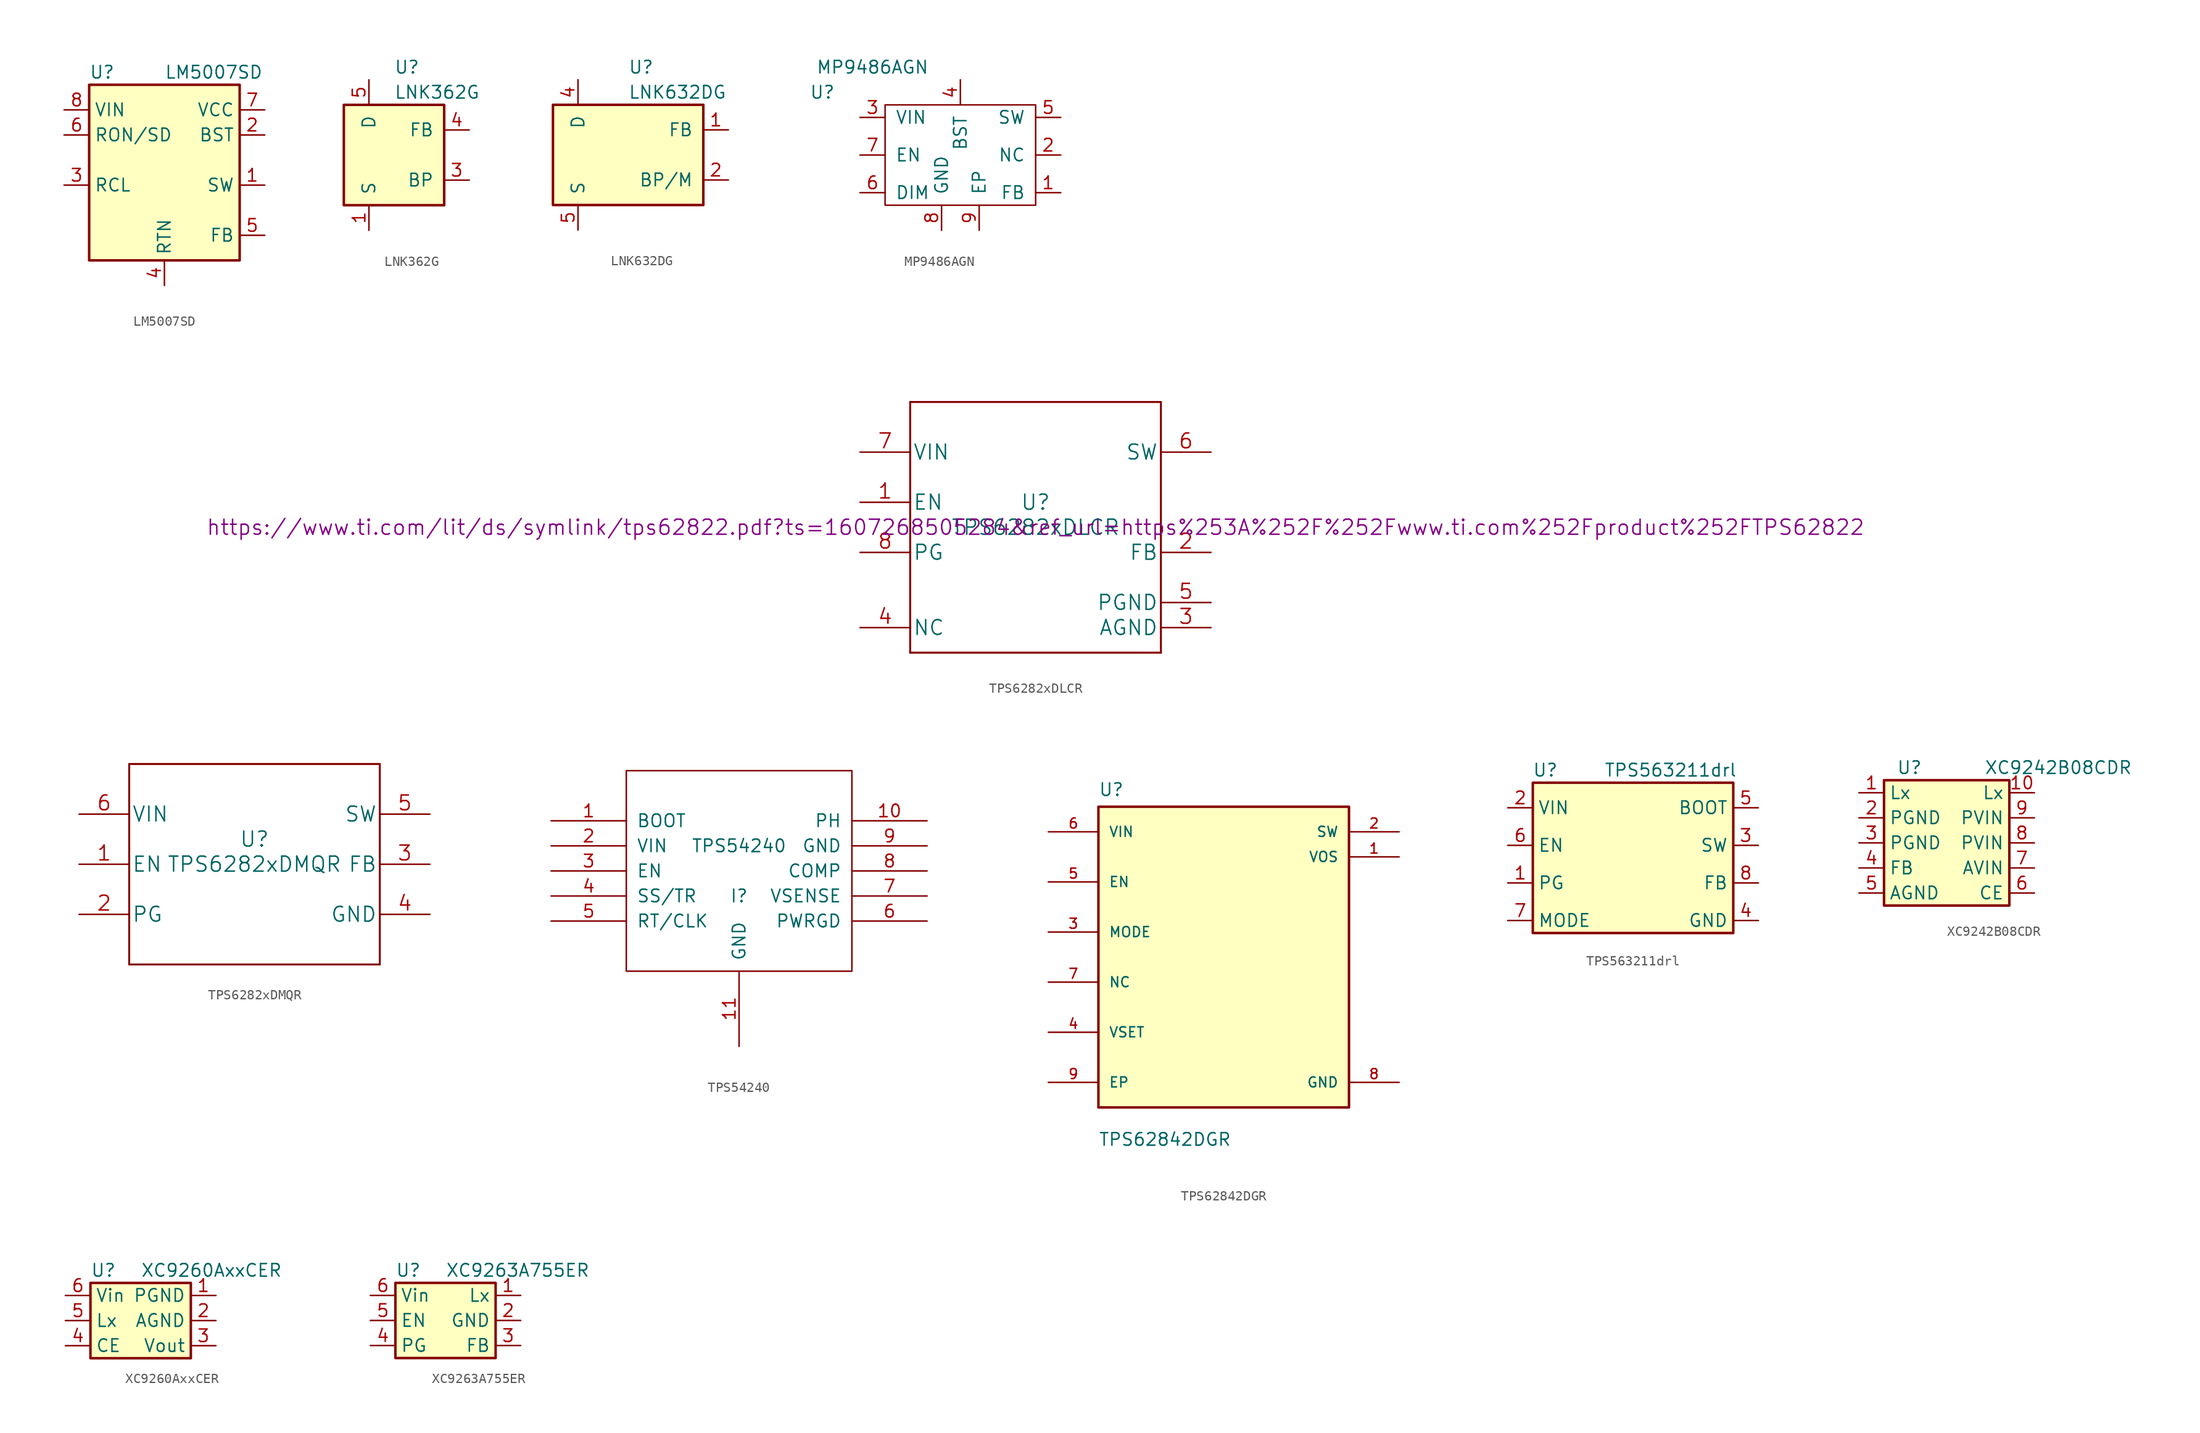
<source format=kicad_sym>
(kicad_symbol_lib
  (version 20211014)
  (generator kicad_symbol_editor)
  (symbol "LM5007SD"
    (property "Reference" "U"
      (at -7.62 8.89 0)
      (effects (font (size 1.27 1.27)) (justify left)))
    (property "Value" "LM5007SD"
      (at 0 8.89 0)
      (effects (font (size 1.27 1.27)) (justify left)))
    (symbol "LM5007SD_0_1"
      (rectangle (start -7.62 7.62) (end 7.62 -10.16) (stroke (width 0.254) (type default) (color 0 0 0 0)) (fill (type background))))
    (symbol "LM5007SD_1_1"
      (pin output line (at 10.16 -2.54 180) (length 2.54) (name "SW" (effects (font (size 1.27 1.27)))) (number "1" (effects (font (size 1.27 1.27)))))
      (pin input line (at 10.16 2.54 180) (length 2.54) (name "BST" (effects (font (size 1.27 1.27)))) (number "2" (effects (font (size 1.27 1.27)))))
      (pin input line (at -10.16 -2.54 0) (length 2.54) (name "RCL" (effects (font (size 1.27 1.27)))) (number "3" (effects (font (size 1.27 1.27)))))
      (pin power_in line (at 0 -12.7 90) (length 2.54) (name "RTN" (effects (font (size 1.27 1.27)))) (number "4" (effects (font (size 1.27 1.27)))))
      (pin input line (at 10.16 -7.62 180) (length 2.54) (name "FB" (effects (font (size 1.27 1.27)))) (number "5" (effects (font (size 1.27 1.27)))))
      (pin input line (at -10.16 2.54 0) (length 2.54) (name "RON/SD" (effects (font (size 1.27 1.27)))) (number "6" (effects (font (size 1.27 1.27)))))
      (pin output line (at 10.16 5.08 180) (length 2.54) (name "VCC" (effects (font (size 1.27 1.27)))) (number "7" (effects (font (size 1.27 1.27)))))
      (pin power_in line (at -10.16 5.08 0) (length 2.54) (name "VIN" (effects (font (size 1.27 1.27)))) (number "8" (effects (font (size 1.27 1.27)))))
      (pin passive line (at -2.54 -12.7 90) (length 2.54) hide (name "PAD" (effects (font (size 1.27 1.27)))) (number "9" (effects (font (size 1.27 1.27)))))))
  (symbol "LNK362G"
    (pin_names
      (offset 1.016))
    (property "Reference" "U"
      (at 0 8.89 0)
      (effects (font (size 1.27 1.27)) (justify left)))
    (property "Value" "LNK362G"
      (at 0 6.35 0)
      (effects (font (size 1.27 1.27)) (justify left)))
    (symbol "LNK362G_0_1"
      (rectangle (start -5.08 5.08) (end 5.08 -5.08) (stroke (width 0.254) (type default) (color 0 0 0 0)) (fill (type background))))
    (symbol "LNK362G_1_1"
      (pin open_emitter line (at -2.54 -7.62 90) (length 2.54) (name "S" (effects (font (size 1.27 1.27)))) (number "1" (effects (font (size 1.27 1.27)))))
      (pin open_emitter line (at -2.54 -7.62 90) (length 2.54) hide (name "S" (effects (font (size 1.27 1.27)))) (number "2" (effects (font (size 1.27 1.27)))))
      (pin input line (at 7.62 -2.54 180) (length 2.54) (name "BP" (effects (font (size 1.27 1.27)))) (number "3" (effects (font (size 1.27 1.27)))))
      (pin input line (at 7.62 2.54 180) (length 2.54) (name "FB" (effects (font (size 1.27 1.27)))) (number "4" (effects (font (size 1.27 1.27)))))
      (pin open_collector line (at -2.54 7.62 270) (length 2.54) (name "D" (effects (font (size 1.27 1.27)))) (number "5" (effects (font (size 1.27 1.27)))))
      (pin open_emitter line (at -2.54 -7.62 90) (length 2.54) hide (name "S" (effects (font (size 1.27 1.27)))) (number "7" (effects (font (size 1.27 1.27)))))
      (pin open_emitter line (at -2.54 -7.62 90) (length 2.54) hide (name "S" (effects (font (size 1.27 1.27)))) (number "8" (effects (font (size 1.27 1.27)))))))
  (symbol "LNK632DG"
    (pin_names
      (offset 1.016))
    (property "Reference" "U"
      (at 0 8.89 0)
      (effects (font (size 1.27 1.27)) (justify left)))
    (property "Value" "LNK632DG"
      (at 0 6.35 0)
      (effects (font (size 1.27 1.27)) (justify left)))
    (symbol "LNK632DG_0_1"
      (rectangle (start -7.62 5.08) (end 7.62 -5.08) (stroke (width 0.254) (type default) (color 0 0 0 0)) (fill (type background))))
    (symbol "LNK632DG_1_1"
      (pin input line (at 10.16 2.54 180) (length 2.54) (name "FB" (effects (font (size 1.27 1.27)))) (number "1" (effects (font (size 1.27 1.27)))))
      (pin input line (at 10.16 -2.54 180) (length 2.54) (name "BP/M" (effects (font (size 1.27 1.27)))) (number "2" (effects (font (size 1.27 1.27)))))
      (pin open_collector line (at -5.08 7.62 270) (length 2.54) (name "D" (effects (font (size 1.27 1.27)))) (number "4" (effects (font (size 1.27 1.27)))))
      (pin open_emitter line (at -5.08 -7.62 90) (length 2.54) (name "S" (effects (font (size 1.27 1.27)))) (number "5" (effects (font (size 1.27 1.27)))))
      (pin open_emitter line (at -5.08 -7.62 90) (length 2.54) hide (name "S" (effects (font (size 1.27 1.27)))) (number "6" (effects (font (size 1.27 1.27)))))
      (pin open_emitter line (at -5.08 -7.62 90) (length 2.54) hide (name "S" (effects (font (size 1.27 1.27)))) (number "7" (effects (font (size 1.27 1.27)))))
      (pin open_emitter line (at -5.08 -7.62 90) (length 2.54) hide (name "S" (effects (font (size 1.27 1.27)))) (number "8" (effects (font (size 1.27 1.27)))))))
  (symbol "MP9486AGN"
    (pin_names
      (offset 1.016))
    (property "Reference" "U"
      (at -13.97 6.35 0)
      (effects (font (size 1.27 1.27))))
    (property "Value" "MP9486AGN"
      (at -8.89 8.89 0)
      (effects (font (size 1.27 1.27))))
    (symbol "MP9486AGN_0_1"
      (rectangle (start -7.62 5.08) (end 7.62 -5.08) (stroke (width 0) (type default) (color 0 0 0 0)) (fill (type none))))
    (symbol "MP9486AGN_1_1"
      (pin input line (at 10.16 -3.81 180) (length 2.54) (name "FB" (effects (font (size 1.27 1.27)))) (number "1" (effects (font (size 1.27 1.27)))))
      (pin input line (at 10.16 0 180) (length 2.54) (name "NC" (effects (font (size 1.27 1.27)))) (number "2" (effects (font (size 1.27 1.27)))))
      (pin input line (at -10.16 3.81 0) (length 2.54) (name "VIN" (effects (font (size 1.27 1.27)))) (number "3" (effects (font (size 1.27 1.27)))))
      (pin input line (at 0 7.62 270) (length 2.54) (name "BST" (effects (font (size 1.27 1.27)))) (number "4" (effects (font (size 1.27 1.27)))))
      (pin input line (at 10.16 3.81 180) (length 2.54) (name "SW" (effects (font (size 1.27 1.27)))) (number "5" (effects (font (size 1.27 1.27)))))
      (pin input line (at -10.16 -3.81 0) (length 2.54) (name "DIM" (effects (font (size 1.27 1.27)))) (number "6" (effects (font (size 1.27 1.27)))))
      (pin input line (at -10.16 0 0) (length 2.54) (name "EN" (effects (font (size 1.27 1.27)))) (number "7" (effects (font (size 1.27 1.27)))))
      (pin input line (at -1.905 -7.62 90) (length 2.54) (name "GND" (effects (font (size 1.27 1.27)))) (number "8" (effects (font (size 1.27 1.27)))))
      (pin input line (at 1.905 -7.62 90) (length 2.54) (name "EP" (effects (font (size 1.27 1.27)))) (number "9" (effects (font (size 1.27 1.27)))))))
  (symbol "TPS6282xDLCR"
    (pin_names
      (offset 0.254))
    (property "Reference" "U"
      (at 0 2.54 0)
      (effects (font (size 1.524 1.524))))
    (property "Value" "TPS6282xDLCR"
      (at 0 0 0)
      (effects (font (size 1.524 1.524))))
    (property "Datasheet" "https://www.ti.com/lit/ds/symlink/tps62822.pdf?ts=1607268505284&ref_url=https%253A%252F%252Fwww.ti.com%252Fproduct%252FTPS62822"
      (at 0 0 0)
      (effects (font (size 1.524 1.524))))
    (symbol "TPS6282xDLCR_1_1"
      (polyline (pts (xy -12.7 -12.7) (xy 12.7 -12.7)) (stroke (width 0.203) (type default) (color 0 0 0 0)) (fill (type none)))
      (polyline (pts (xy -12.7 12.7) (xy -12.7 -12.7)) (stroke (width 0.203) (type default) (color 0 0 0 0)) (fill (type none)))
      (polyline (pts (xy 12.7 -12.7) (xy 12.7 12.7)) (stroke (width 0.203) (type default) (color 0 0 0 0)) (fill (type none)))
      (polyline (pts (xy 12.7 12.7) (xy -12.7 12.7)) (stroke (width 0.203) (type default) (color 0 0 0 0)) (fill (type none)))
      (pin input line (at -17.78 2.54 0) (length 5.08) (name "EN" (effects (font (size 1.499 1.499)))) (number "1" (effects (font (size 1.499 1.499)))))
      (pin input line (at 17.78 -2.54 180) (length 5.08) (name "FB" (effects (font (size 1.499 1.499)))) (number "2" (effects (font (size 1.499 1.499)))))
      (pin power_in line (at 17.78 -10.16 180) (length 5.08) (name "AGND" (effects (font (size 1.499 1.499)))) (number "3" (effects (font (size 1.499 1.499)))))
      (pin unspecified line (at -17.78 -10.16 0) (length 5.08) (name "NC" (effects (font (size 1.499 1.499)))) (number "4" (effects (font (size 1.499 1.499)))))
      (pin power_in line (at 17.78 -7.62 180) (length 5.08) (name "PGND" (effects (font (size 1.499 1.499)))) (number "5" (effects (font (size 1.499 1.499)))))
      (pin power_in line (at 17.78 7.62 180) (length 5.08) (name "SW" (effects (font (size 1.499 1.499)))) (number "6" (effects (font (size 1.499 1.499)))))
      (pin power_in line (at -17.78 7.62 0) (length 5.08) (name "VIN" (effects (font (size 1.499 1.499)))) (number "7" (effects (font (size 1.499 1.499)))))
      (pin output line (at -17.78 -2.54 0) (length 5.08) (name "PG" (effects (font (size 1.499 1.499)))) (number "8" (effects (font (size 1.499 1.499)))))))
  (symbol "TPS6282xDMQR"
    (pin_names
      (offset 0.254))
    (property "Reference" "U"
      (at 0 2.54 0)
      (effects (font (size 1.524 1.524))))
    (property "Value" "TPS6282xDMQR"
      (at 0 0 0)
      (effects (font (size 1.524 1.524))))
    (symbol "TPS6282xDMQR_1_1"
      (polyline (pts (xy -12.7 -10.16) (xy 12.7 -10.16)) (stroke (width 0.203) (type default) (color 0 0 0 0)) (fill (type none)))
      (polyline (pts (xy -12.7 10.16) (xy -12.7 -10.16)) (stroke (width 0.203) (type default) (color 0 0 0 0)) (fill (type none)))
      (polyline (pts (xy 12.7 -10.16) (xy 12.7 10.16)) (stroke (width 0.203) (type default) (color 0 0 0 0)) (fill (type none)))
      (polyline (pts (xy 12.7 10.16) (xy -12.7 10.16)) (stroke (width 0.203) (type default) (color 0 0 0 0)) (fill (type none)))
      (pin input line (at -17.78 0 0) (length 5.08) (name "EN" (effects (font (size 1.499 1.499)))) (number "1" (effects (font (size 1.499 1.499)))))
      (pin open_collector line (at -17.78 -5.08 0) (length 5.08) (name "PG" (effects (font (size 1.499 1.499)))) (number "2" (effects (font (size 1.499 1.499)))))
      (pin input line (at 17.78 0 180) (length 5.08) (name "FB" (effects (font (size 1.499 1.499)))) (number "3" (effects (font (size 1.499 1.499)))))
      (pin power_in line (at 17.78 -5.08 180) (length 5.08) (name "GND" (effects (font (size 1.499 1.499)))) (number "4" (effects (font (size 1.499 1.499)))))
      (pin power_in line (at 17.78 5.08 180) (length 5.08) (name "SW" (effects (font (size 1.499 1.499)))) (number "5" (effects (font (size 1.499 1.499)))))
      (pin power_in line (at -17.78 5.08 0) (length 5.08) (name "VIN" (effects (font (size 1.499 1.499)))) (number "6" (effects (font (size 1.499 1.499)))))))
  (symbol "TPS54240"
    (pin_names
      (offset 1.016))
    (property "Reference" "I"
      (at 0 -2.54 0)
      (effects (font (size 1.27 1.27))))
    (property "Value" "TPS54240"
      (at 0 2.54 0)
      (effects (font (size 1.27 1.27))))
    (symbol "TPS54240_1_0"
      (rectangle (start -11.43 -10.16) (end 11.43 10.16) (stroke (width 0) (type default) (color 0 0 0 0)) (fill (type none))))
    (symbol "TPS54240_1_1"
      (pin input line (at -19.05 5.08 0) (length 7.62) (name "BOOT" (effects (font (size 1.27 1.27)))) (number "1" (effects (font (size 1.27 1.27)))))
      (pin input line (at 19.05 5.08 180) (length 7.62) (name "PH" (effects (font (size 1.27 1.27)))) (number "10" (effects (font (size 1.27 1.27)))))
      (pin input line (at 0 -17.78 90) (length 7.62) (name "GND" (effects (font (size 1.27 1.27)))) (number "11" (effects (font (size 1.27 1.27)))))
      (pin input line (at -19.05 2.54 0) (length 7.62) (name "VIN" (effects (font (size 1.27 1.27)))) (number "2" (effects (font (size 1.27 1.27)))))
      (pin input line (at -19.05 0 0) (length 7.62) (name "EN" (effects (font (size 1.27 1.27)))) (number "3" (effects (font (size 1.27 1.27)))))
      (pin input line (at -19.05 -2.54 0) (length 7.62) (name "SS/TR" (effects (font (size 1.27 1.27)))) (number "4" (effects (font (size 1.27 1.27)))))
      (pin input line (at -19.05 -5.08 0) (length 7.62) (name "RT/CLK" (effects (font (size 1.27 1.27)))) (number "5" (effects (font (size 1.27 1.27)))))
      (pin input line (at 19.05 -5.08 180) (length 7.62) (name "PWRGD" (effects (font (size 1.27 1.27)))) (number "6" (effects (font (size 1.27 1.27)))))
      (pin input line (at 19.05 -2.54 180) (length 7.62) (name "VSENSE" (effects (font (size 1.27 1.27)))) (number "7" (effects (font (size 1.27 1.27)))))
      (pin input line (at 19.05 0 180) (length 7.62) (name "COMP" (effects (font (size 1.27 1.27)))) (number "8" (effects (font (size 1.27 1.27)))))
      (pin input line (at 19.05 2.54 180) (length 7.62) (name "GND" (effects (font (size 1.27 1.27)))) (number "9" (effects (font (size 1.27 1.27)))))))
  (symbol "TPS62842DGR"
    (pin_names
      (offset 1.016))
    (property "Reference" "U"
      (at -12.7 16.231 0)
      (effects (font (size 1.27 1.27)) (justify left bottom)))
    (property "Value" "TPS62842DGR"
      (at -12.7 -19.228 0)
      (effects (font (size 1.27 1.27)) (justify left bottom)))
    (symbol "TPS62842DGR_0_0"
      (rectangle (start -12.7 -15.24) (end 12.7 15.24) (stroke (width 0.254) (type default) (color 0 0 0 0)) (fill (type background)))
      (pin input line (at 17.78 10.16 180) (length 5.08) (name "VOS" (effects (font (size 1.016 1.016)))) (number "1" (effects (font (size 1.016 1.016)))))
      (pin power_in line (at 17.78 12.7 180) (length 5.08) (name "SW" (effects (font (size 1.016 1.016)))) (number "2" (effects (font (size 1.016 1.016)))))
      (pin input line (at -17.78 2.54 0) (length 5.08) (name "MODE" (effects (font (size 1.016 1.016)))) (number "3" (effects (font (size 1.016 1.016)))))
      (pin input line (at -17.78 -7.62 0) (length 5.08) (name "VSET" (effects (font (size 1.016 1.016)))) (number "4" (effects (font (size 1.016 1.016)))))
      (pin input line (at -17.78 7.62 0) (length 5.08) (name "EN" (effects (font (size 1.016 1.016)))) (number "5" (effects (font (size 1.016 1.016)))))
      (pin power_in line (at -17.78 12.7 0) (length 5.08) (name "VIN" (effects (font (size 1.016 1.016)))) (number "6" (effects (font (size 1.016 1.016)))))
      (pin input line (at -17.78 -2.54 0) (length 5.08) (name "NC" (effects (font (size 1.016 1.016)))) (number "7" (effects (font (size 1.016 1.016)))))
      (pin power_in line (at 17.78 -12.7 180) (length 5.08) (name "GND" (effects (font (size 1.016 1.016)))) (number "8" (effects (font (size 1.016 1.016)))))
      (pin power_in line (at -17.78 -12.7 0) (length 5.08) (name "EP" (effects (font (size 1.016 1.016)))) (number "9" (effects (font (size 1.016 1.016)))))))
  (symbol "TPS563211drl"
    (property "Reference" "U"
      (at -8.89 8.89 0)
      (effects (font (size 1.27 1.27))))
    (property "Value" "TPS563211drl"
      (at 3.81 8.89 0)
      (effects (font (size 1.27 1.27))))
    (symbol "TPS563211drl_1_1"
      (rectangle (start -10.16 7.62) (end 10.16 -7.62) (stroke (width 0.254) (type default) (color 0 0 0 0)) (fill (type background)))
      (pin output line (at -12.7 -2.54 0) (length 2.54) (name "PG" (effects (font (size 1.27 1.27)))) (number "1" (effects (font (size 1.27 1.27)))))
      (pin power_in line (at -12.7 5.08 0) (length 2.54) (name "VIN" (effects (font (size 1.27 1.27)))) (number "2" (effects (font (size 1.27 1.27)))))
      (pin output line (at 12.7 1.27 180) (length 2.54) (name "SW" (effects (font (size 1.27 1.27)))) (number "3" (effects (font (size 1.27 1.27)))))
      (pin power_in line (at 12.7 -6.35 180) (length 2.54) (name "GND" (effects (font (size 1.27 1.27)))) (number "4" (effects (font (size 1.27 1.27)))))
      (pin input line (at 12.7 5.08 180) (length 2.54) (name "BOOT" (effects (font (size 1.27 1.27)))) (number "5" (effects (font (size 1.27 1.27)))))
      (pin output line (at -12.7 1.27 0) (length 2.54) (name "EN" (effects (font (size 1.27 1.27)))) (number "6" (effects (font (size 1.27 1.27)))))
      (pin input line (at -12.7 -6.35 0) (length 2.54) (name "MODE" (effects (font (size 1.27 1.27)))) (number "7" (effects (font (size 1.27 1.27)))))
      (pin output line (at 12.7 -2.54 180) (length 2.54) (name "FB" (effects (font (size 1.27 1.27)))) (number "8" (effects (font (size 1.27 1.27)))))))
  (symbol "XC9242B08CDR"
    (property "Reference" "U"
      (at -5.08 7.62 0)
      (effects (font (size 1.27 1.27)) (justify left)))
    (property "Value" "XC9242B08CDR"
      (at 3.81 7.62 0)
      (effects (font (size 1.27 1.27)) (justify left)))
    (symbol "XC9242B08CDR_0_0"
      (pin power_in line (at -8.89 0 0) (length 2.54) (name "PGND" (effects (font (size 1.27 1.27)))) (number "3" (effects (font (size 1.27 1.27))))))
    (symbol "XC9242B08CDR_0_1"
      (rectangle (start -6.35 6.35) (end 6.35 -6.35) (stroke (width 0.254) (type default) (color 0 0 0 0)) (fill (type background))))
    (symbol "XC9242B08CDR_1_1"
      (pin power_in line (at -8.89 5.08 0) (length 2.54) (name "Lx" (effects (font (size 1.27 1.27)))) (number "1" (effects (font (size 1.27 1.27)))))
      (pin power_in line (at 8.89 5.08 180) (length 2.54) (name "Lx" (effects (font (size 1.27 1.27)))) (number "10" (effects (font (size 1.27 1.27)))))
      (pin power_in line (at -8.89 2.54 0) (length 2.54) (name "PGND" (effects (font (size 1.27 1.27)))) (number "2" (effects (font (size 1.27 1.27)))))
      (pin input line (at -8.89 -2.54 0) (length 2.54) (name "FB" (effects (font (size 1.27 1.27)))) (number "4" (effects (font (size 1.27 1.27)))))
      (pin power_in line (at -8.89 -5.08 0) (length 2.54) (name "AGND" (effects (font (size 1.27 1.27)))) (number "5" (effects (font (size 1.27 1.27)))))
      (pin input line (at 8.89 -5.08 180) (length 2.54) (name "CE" (effects (font (size 1.27 1.27)))) (number "6" (effects (font (size 1.27 1.27)))))
      (pin power_in line (at 8.89 -2.54 180) (length 2.54) (name "AVIN" (effects (font (size 1.27 1.27)))) (number "7" (effects (font (size 1.27 1.27)))))
      (pin power_in line (at 8.89 0 180) (length 2.54) (name "PVIN" (effects (font (size 1.27 1.27)))) (number "8" (effects (font (size 1.27 1.27)))))
      (pin power_in line (at 8.89 2.54 180) (length 2.54) (name "PVIN" (effects (font (size 1.27 1.27)))) (number "9" (effects (font (size 1.27 1.27)))))))
  (symbol "XC9260AxxCER"
    (property "Reference" "U"
      (at -5.08 5.08 0)
      (effects (font (size 1.27 1.27)) (justify left)))
    (property "Value" "XC9260AxxCER"
      (at 0 5.08 0)
      (effects (font (size 1.27 1.27)) (justify left)))
    (symbol "XC9260AxxCER_0_0"
      (pin input line (at -7.62 -2.54 0) (length 2.54) (name "CE" (effects (font (size 1.27 1.27)))) (number "4" (effects (font (size 1.27 1.27))))))
    (symbol "XC9260AxxCER_0_1"
      (rectangle (start -5.08 3.81) (end 5.08 -3.81) (stroke (width 0.254) (type default) (color 0 0 0 0)) (fill (type background))))
    (symbol "XC9260AxxCER_1_1"
      (pin input line (at 7.62 2.54 180) (length 2.54) (name "PGND" (effects (font (size 1.27 1.27)))) (number "1" (effects (font (size 1.27 1.27)))))
      (pin power_in line (at 7.62 0 180) (length 2.54) (name "AGND" (effects (font (size 1.27 1.27)))) (number "2" (effects (font (size 1.27 1.27)))))
      (pin input line (at 7.62 -2.54 180) (length 2.54) (name "Vout" (effects (font (size 1.27 1.27)))) (number "3" (effects (font (size 1.27 1.27)))))
      (pin input line (at -7.62 0 0) (length 2.54) (name "Lx" (effects (font (size 1.27 1.27)))) (number "5" (effects (font (size 1.27 1.27)))))
      (pin power_in line (at -7.62 2.54 0) (length 2.54) (name "Vin" (effects (font (size 1.27 1.27)))) (number "6" (effects (font (size 1.27 1.27)))))))
  (symbol "XC9263A755ER"
    (property "Reference" "U"
      (at -5.08 5.08 0)
      (effects (font (size 1.27 1.27)) (justify left)))
    (property "Value" "XC9263A755ER"
      (at 0 5.08 0)
      (effects (font (size 1.27 1.27)) (justify left)))
    (symbol "XC9263A755ER_0_0"
      (pin input line (at -7.62 -2.54 0) (length 2.54) (name "PG" (effects (font (size 1.27 1.27)))) (number "4" (effects (font (size 1.27 1.27))))))
    (symbol "XC9263A755ER_0_1"
      (rectangle (start -5.08 3.81) (end 5.08 -3.81) (stroke (width 0.254) (type default) (color 0 0 0 0)) (fill (type background))))
    (symbol "XC9263A755ER_1_1"
      (pin input line (at 7.62 2.54 180) (length 2.54) (name "Lx" (effects (font (size 1.27 1.27)))) (number "1" (effects (font (size 1.27 1.27)))))
      (pin power_in line (at 7.62 0 180) (length 2.54) (name "GND" (effects (font (size 1.27 1.27)))) (number "2" (effects (font (size 1.27 1.27)))))
      (pin input line (at 7.62 -2.54 180) (length 2.54) (name "FB" (effects (font (size 1.27 1.27)))) (number "3" (effects (font (size 1.27 1.27)))))
      (pin input line (at -7.62 0 0) (length 2.54) (name "EN" (effects (font (size 1.27 1.27)))) (number "5" (effects (font (size 1.27 1.27)))))
      (pin power_in line (at -7.62 2.54 0) (length 2.54) (name "Vin" (effects (font (size 1.27 1.27)))) (number "6" (effects (font (size 1.27 1.27))))))))
</source>
